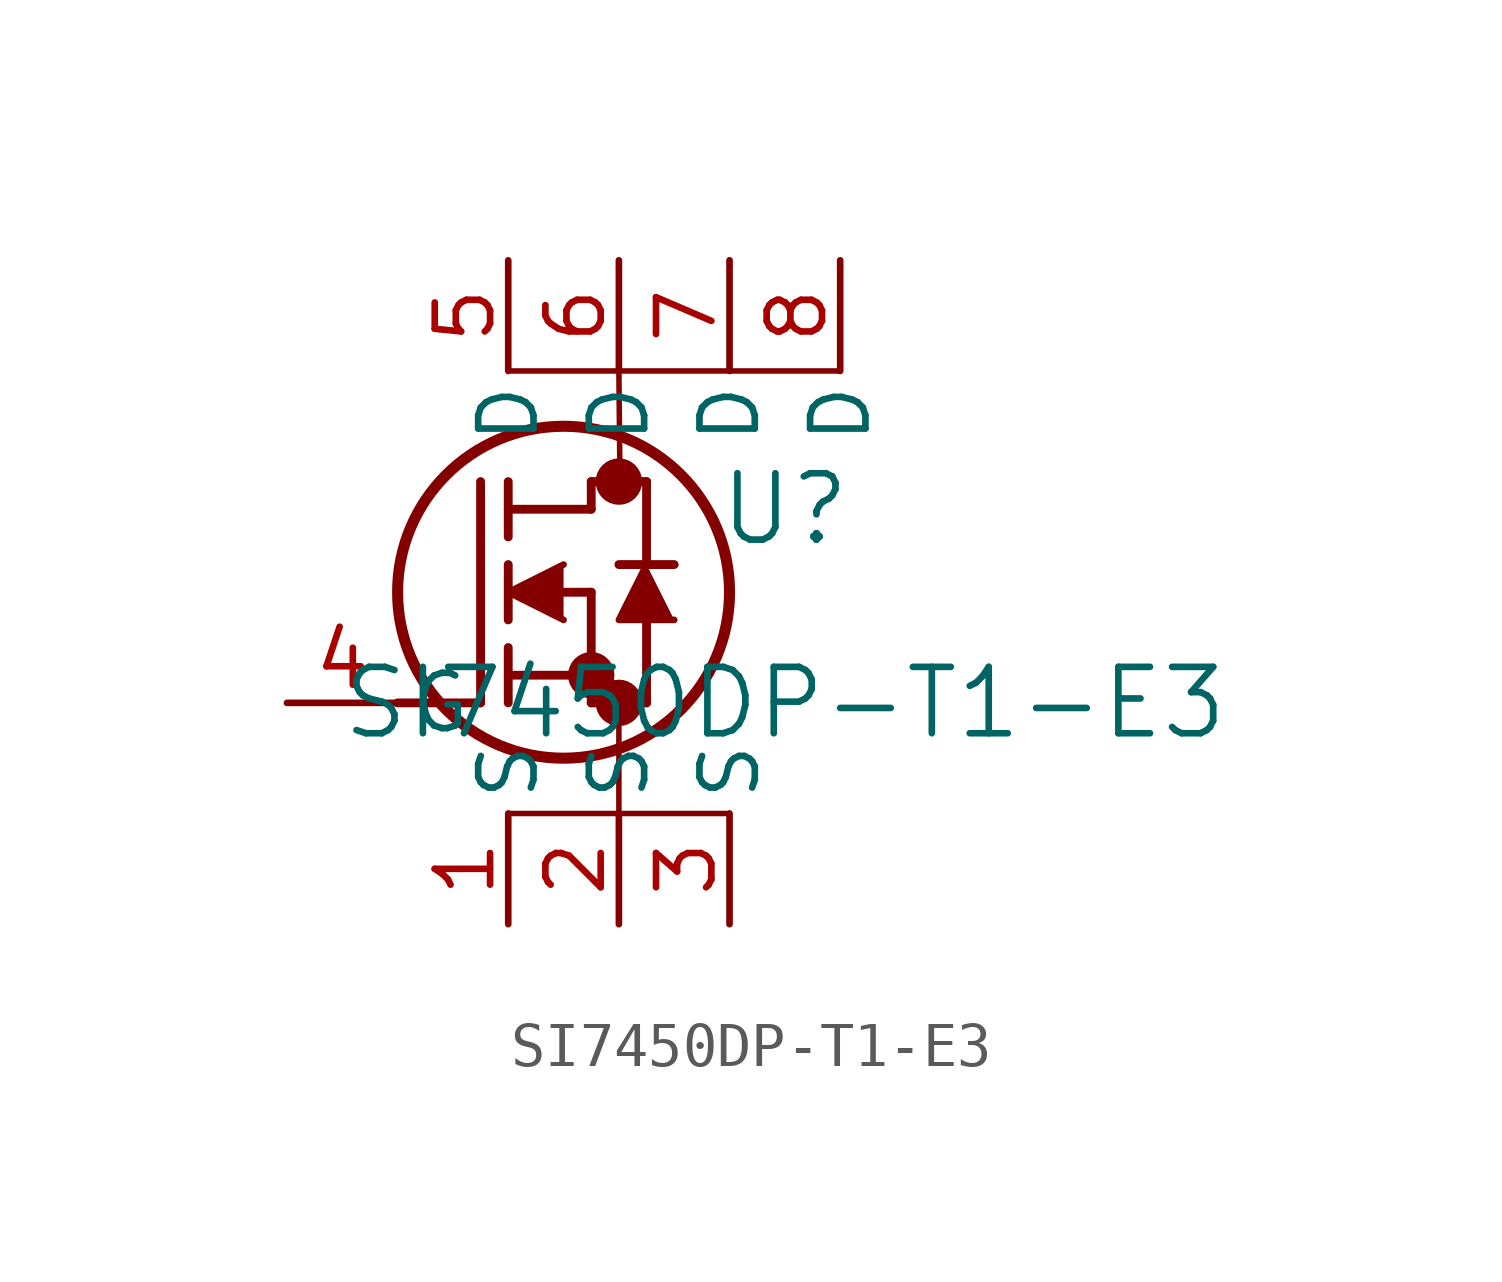
<source format=kicad_sym>
(kicad_symbol_lib
  (version 20211014)
  (generator kicad_symbol_editor)
  (symbol "SI7450DP-T1-E3"
    (pin_names
      (offset 0.254))
    (property "Reference" "U"
      (at 11.43 4.445 0)
      (effects (font (size 1.524 1.524))))
    (property "Value" "SI7450DP-T1-E3"
      (at 11.43 0 0)
      (effects (font (size 1.524 1.524))))
    (symbol "SI7450DP-T1-E3_0_1"
      (polyline (pts (xy 2.54 0) (xy 4.445 0)) (stroke (width 0.203) (type default) (color 0 0 0 0)) (fill (type none)))
      (circle (center 7.62 5.08) (radius 0.025) (stroke (width 0.508) (type default) (color 0 0 0 0)) (fill (type none)))
      (circle (center 7.62 0) (radius 0.025) (stroke (width 0.508) (type default) (color 0 0 0 0)) (fill (type none)))
      (circle (center 6.985 0.635) (radius 0.025) (stroke (width 0.508) (type default) (color 0 0 0 0)) (fill (type none)))
      (circle (center 6.35 2.54) (radius 3.81) (stroke (width 0.254) (type default) (color 0 0 0 0)) (fill (type none)))
      (polyline (pts (xy 4.445 0) (xy 4.445 5.08)) (stroke (width 0.203) (type default) (color 0 0 0 0)) (fill (type none)))
      (polyline (pts (xy 5.08 1.905) (xy 5.08 3.175)) (stroke (width 0.203) (type default) (color 0 0 0 0)) (fill (type none)))
      (polyline (pts (xy 5.08 0) (xy 5.08 1.27)) (stroke (width 0.203) (type default) (color 0 0 0 0)) (fill (type none)))
      (polyline (pts (xy 5.08 3.81) (xy 5.08 5.08)) (stroke (width 0.203) (type default) (color 0 0 0 0)) (fill (type none)))
      (polyline (pts (xy 6.35 2.54) (xy 6.985 2.54)) (stroke (width 0.203) (type default) (color 0 0 0 0)) (fill (type none)))
      (polyline (pts (xy 5.08 0.635) (xy 6.985 0.635)) (stroke (width 0.203) (type default) (color 0 0 0 0)) (fill (type none)))
      (polyline (pts (xy 6.985 0) (xy 6.985 2.54)) (stroke (width 0.203) (type default) (color 0 0 0 0)) (fill (type none)))
      (polyline (pts (xy 6.985 0) (xy 8.255 0)) (stroke (width 0.203) (type default) (color 0 0 0 0)) (fill (type none)))
      (polyline (pts (xy 5.08 4.445) (xy 6.985 4.445)) (stroke (width 0.203) (type default) (color 0 0 0 0)) (fill (type none)))
      (polyline (pts (xy 8.255 3.175) (xy 8.255 5.08)) (stroke (width 0.203) (type default) (color 0 0 0 0)) (fill (type none)))
      (polyline (pts (xy 6.35 3.175) (xy 5.08 2.54) (xy 6.35 1.905)) (stroke (width 0) (type default) (color 0 0 0 0)) (fill (type outline)))
      (polyline (pts (xy 8.89 1.905) (xy 7.62 1.905) (xy 8.255 3.175)) (stroke (width 0) (type default) (color 0 0 0 0)) (fill (type outline)))
      (polyline (pts (xy 8.255 0) (xy 8.255 1.905)) (stroke (width 0.203) (type default) (color 0 0 0 0)) (fill (type none)))
      (polyline (pts (xy 8.89 3.175) (xy 7.62 3.175)) (stroke (width 0.203) (type default) (color 0 0 0 0)) (fill (type none)))
      (polyline (pts (xy 6.985 5.08) (xy 8.255 5.08)) (stroke (width 0.203) (type default) (color 0 0 0 0)) (fill (type none)))
      (polyline (pts (xy 6.985 4.445) (xy 6.985 5.08)) (stroke (width 0.203) (type default) (color 0 0 0 0)) (fill (type none)))
      (polyline (pts (xy 5.08 7.62) (xy 12.7 7.62)) (stroke (width 0.127) (type default) (color 0 0 0 0)) (fill (type none)))
      (polyline (pts (xy 5.08 -2.54) (xy 10.16 -2.54)) (stroke (width 0.127) (type default) (color 0 0 0 0)) (fill (type none)))
      (polyline (pts (xy 7.62 -2.54) (xy 7.62 0)) (stroke (width 0.127) (type default) (color 0 0 0 0)) (fill (type none)))
      (polyline (pts (xy 7.62 7.62) (xy 7.645 5.08)) (stroke (width 0.127) (type default) (color 0 0 0 0)) (fill (type none)))
      (pin unspecified line (at 5.08 -5.08 90) (length 2.54) (name "S" (effects (font (size 1.27 1.27)))) (number "1" (effects (font (size 1.27 1.27)))))
      (pin unspecified line (at 7.62 -5.08 90) (length 2.54) (name "S" (effects (font (size 1.27 1.27)))) (number "2" (effects (font (size 1.27 1.27)))))
      (pin unspecified line (at 10.16 -5.08 90) (length 2.54) (name "S" (effects (font (size 1.27 1.27)))) (number "3" (effects (font (size 1.27 1.27)))))
      (pin unspecified line (at 0 0 0) (length 2.54) (name "G" (effects (font (size 1.27 1.27)))) (number "4" (effects (font (size 1.27 1.27)))))
      (pin unspecified line (at 5.08 10.16 270) (length 2.54) (name "D" (effects (font (size 1.27 1.27)))) (number "5" (effects (font (size 1.27 1.27)))))
      (pin unspecified line (at 7.62 10.16 270) (length 2.54) (name "D" (effects (font (size 1.27 1.27)))) (number "6" (effects (font (size 1.27 1.27)))))
      (pin unspecified line (at 10.16 10.16 270) (length 2.54) (name "D" (effects (font (size 1.27 1.27)))) (number "7" (effects (font (size 1.27 1.27)))))
      (pin unspecified line (at 12.7 10.16 270) (length 2.54) (name "D" (effects (font (size 1.27 1.27)))) (number "8" (effects (font (size 1.27 1.27))))))))
</source>
